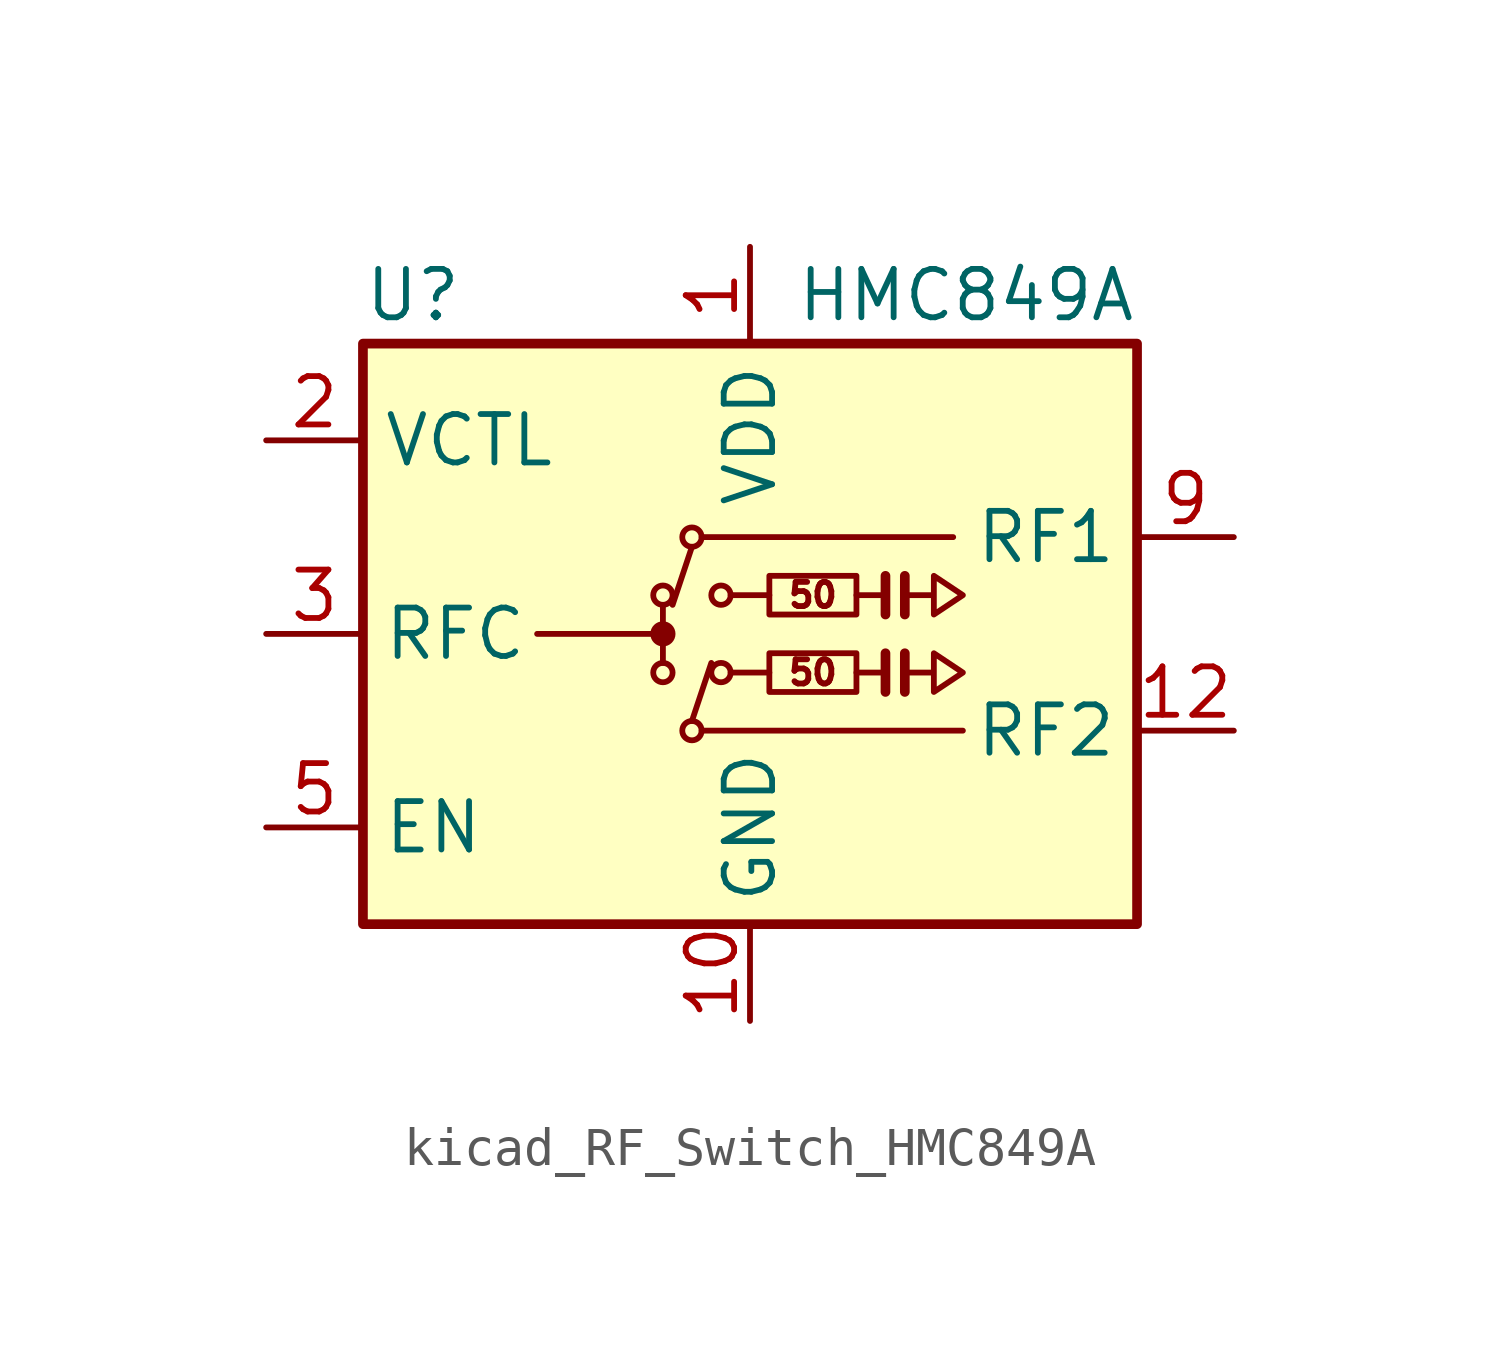
<source format=kicad_sym>
(kicad_symbol_lib
  (version 20220914)
  (generator kicad_symbol_editor)
  (symbol "kicad_RF_Switch_HMC849A"
    (property "Reference" "U"
      (at -10.16 8.89 0)
      (effects (font (size 1.27 1.27)) (justify left)))
    (property "Value" "HMC849A"
      (at 10.16 8.89 0)
      (effects (font (size 1.27 1.27)) (justify right)))
    (symbol "kicad_RF_Switch_HMC849A_0_0"
      (text "50" (at 1.651 -1.016 0) (effects (font (size 0.635 0.635))))
      (text "50" (at 1.651 1.016 0) (effects (font (size 0.635 0.635)))))
    (symbol "kicad_RF_Switch_HMC849A_0_1"
      (rectangle (start -10.16 7.62) (end 10.16 -7.62) (stroke (width 0.254) (type default)) (fill (type background)))
      (circle (center -2.286 0) (radius 0.254) (stroke (width 0) (type default)) (fill (type outline)))
      (circle (center -2.286 1.016) (radius 0.254) (stroke (width 0) (type default)) (fill (type none)))
      (circle (center -1.524 -2.54) (radius 0.254) (stroke (width 0) (type default)) (fill (type none)))
      (circle (center -1.524 2.54) (radius 0.254) (stroke (width 0) (type default)) (fill (type none)))
      (circle (center -0.762 -1.016) (radius 0.254) (stroke (width 0) (type default)) (fill (type none)))
      (polyline (pts (xy -2.286 0) (xy -5.588 0)) (stroke (width 0) (type default)) (fill (type none)))
      (polyline (pts (xy -2.286 0.762) (xy -2.286 -0.762)) (stroke (width 0) (type default)) (fill (type none)))
      (polyline (pts (xy -1.524 -2.286) (xy -1.016 -0.762)) (stroke (width 0) (type default)) (fill (type none)))
      (polyline (pts (xy -1.524 2.286) (xy -2.032 0.762)) (stroke (width 0) (type default)) (fill (type none)))
      (polyline (pts (xy -1.27 -2.54) (xy 5.588 -2.54)) (stroke (width 0) (type default)) (fill (type none)))
      (polyline (pts (xy -1.27 2.54) (xy 5.334 2.54)) (stroke (width 0) (type default)) (fill (type none)))
      (polyline (pts (xy -0.508 -1.016) (xy 0.508 -1.016)) (stroke (width 0) (type default)) (fill (type none)))
      (polyline (pts (xy -0.508 1.016) (xy 0.508 1.016)) (stroke (width 0) (type default)) (fill (type none)))
      (polyline (pts (xy 3.556 -1.524) (xy 3.556 -0.508)) (stroke (width 0.254) (type default)) (fill (type none)))
      (polyline (pts (xy 3.556 -1.016) (xy 2.794 -1.016)) (stroke (width 0) (type default)) (fill (type none)))
      (polyline (pts (xy 3.556 0.508) (xy 3.556 1.524)) (stroke (width 0.254) (type default)) (fill (type none)))
      (polyline (pts (xy 3.556 1.016) (xy 2.794 1.016)) (stroke (width 0) (type default)) (fill (type none)))
      (polyline (pts (xy 4.064 -0.508) (xy 4.064 -1.524)) (stroke (width 0.254) (type default)) (fill (type none)))
      (polyline (pts (xy 4.064 1.524) (xy 4.064 0.508)) (stroke (width 0.254) (type default)) (fill (type none)))
      (polyline (pts (xy 4.064 -1.016) (xy 4.826 -1.016) (xy 4.826 -1.524) (xy 5.588 -1.016) (xy 4.826 -0.508) (xy 4.826 -1.016)) (stroke (width 0) (type default)) (fill (type none)))
      (polyline (pts (xy 4.064 1.016) (xy 4.826 1.016) (xy 4.826 0.508) (xy 5.588 1.016) (xy 4.826 1.524) (xy 4.826 1.016)) (stroke (width 0) (type default)) (fill (type none)))
      (rectangle (start 0.508 -1.524) (end 2.794 -0.508) (stroke (width 0) (type default)) (fill (type none)))
      (rectangle (start 0.508 0.508) (end 2.794 1.524) (stroke (width 0) (type default)) (fill (type none))))
    (symbol "kicad_RF_Switch_HMC849A_1_1"
      (circle (center -2.286 -1.016) (radius 0.254) (stroke (width 0) (type default)) (fill (type none)))
      (circle (center -0.762 1.016) (radius 0.254) (stroke (width 0) (type default)) (fill (type none)))
      (pin power_in line (at 0 10.16 270) (length 2.54) (name "VDD" (effects (font (size 1.27 1.27)))) (number "1" (effects (font (size 1.27 1.27)))))
      (pin power_in line (at 0 -10.16 90) (length 2.54) (name "GND" (effects (font (size 1.27 1.27)))) (number "10" (effects (font (size 1.27 1.27)))))
      (pin passive line (at 0 -10.16 90) (length 2.54) hide (name "GND" (effects (font (size 1.27 1.27)))) (number "11" (effects (font (size 1.27 1.27)))))
      (pin passive line (at 12.7 -2.54 180) (length 2.54) (name "RF2" (effects (font (size 1.27 1.27)))) (number "12" (effects (font (size 1.27 1.27)))))
      (pin passive line (at 0 -10.16 90) (length 2.54) hide (name "GND" (effects (font (size 1.27 1.27)))) (number "13" (effects (font (size 1.27 1.27)))))
      (pin passive line (at 0 -10.16 90) (length 2.54) hide (name "GND" (effects (font (size 1.27 1.27)))) (number "14" (effects (font (size 1.27 1.27)))))
      (pin passive line (at 0 -10.16 90) (length 2.54) hide (name "GND" (effects (font (size 1.27 1.27)))) (number "15" (effects (font (size 1.27 1.27)))))
      (pin passive line (at 0 -10.16 90) (length 2.54) hide (name "GND" (effects (font (size 1.27 1.27)))) (number "16" (effects (font (size 1.27 1.27)))))
      (pin passive line (at 0 -10.16 90) (length 2.54) hide (name "GND" (effects (font (size 1.27 1.27)))) (number "17" (effects (font (size 1.27 1.27)))))
      (pin input line (at -12.7 5.08 0) (length 2.54) (name "VCTL" (effects (font (size 1.27 1.27)))) (number "2" (effects (font (size 1.27 1.27)))))
      (pin passive line (at -12.7 0 0) (length 2.54) (name "RFC" (effects (font (size 1.27 1.27)))) (number "3" (effects (font (size 1.27 1.27)))))
      (pin passive line (at 0 -10.16 90) (length 2.54) hide (name "GND" (effects (font (size 1.27 1.27)))) (number "4" (effects (font (size 1.27 1.27)))))
      (pin input line (at -12.7 -5.08 0) (length 2.54) (name "EN" (effects (font (size 1.27 1.27)))) (number "5" (effects (font (size 1.27 1.27)))))
      (pin passive line (at 0 -10.16 90) (length 2.54) hide (name "GND" (effects (font (size 1.27 1.27)))) (number "6" (effects (font (size 1.27 1.27)))))
      (pin passive line (at 0 -10.16 90) (length 2.54) hide (name "GND" (effects (font (size 1.27 1.27)))) (number "7" (effects (font (size 1.27 1.27)))))
      (pin passive line (at 0 -10.16 90) (length 2.54) hide (name "GND" (effects (font (size 1.27 1.27)))) (number "8" (effects (font (size 1.27 1.27)))))
      (pin passive line (at 12.7 2.54 180) (length 2.54) (name "RF1" (effects (font (size 1.27 1.27)))) (number "9" (effects (font (size 1.27 1.27))))))))
</source>
